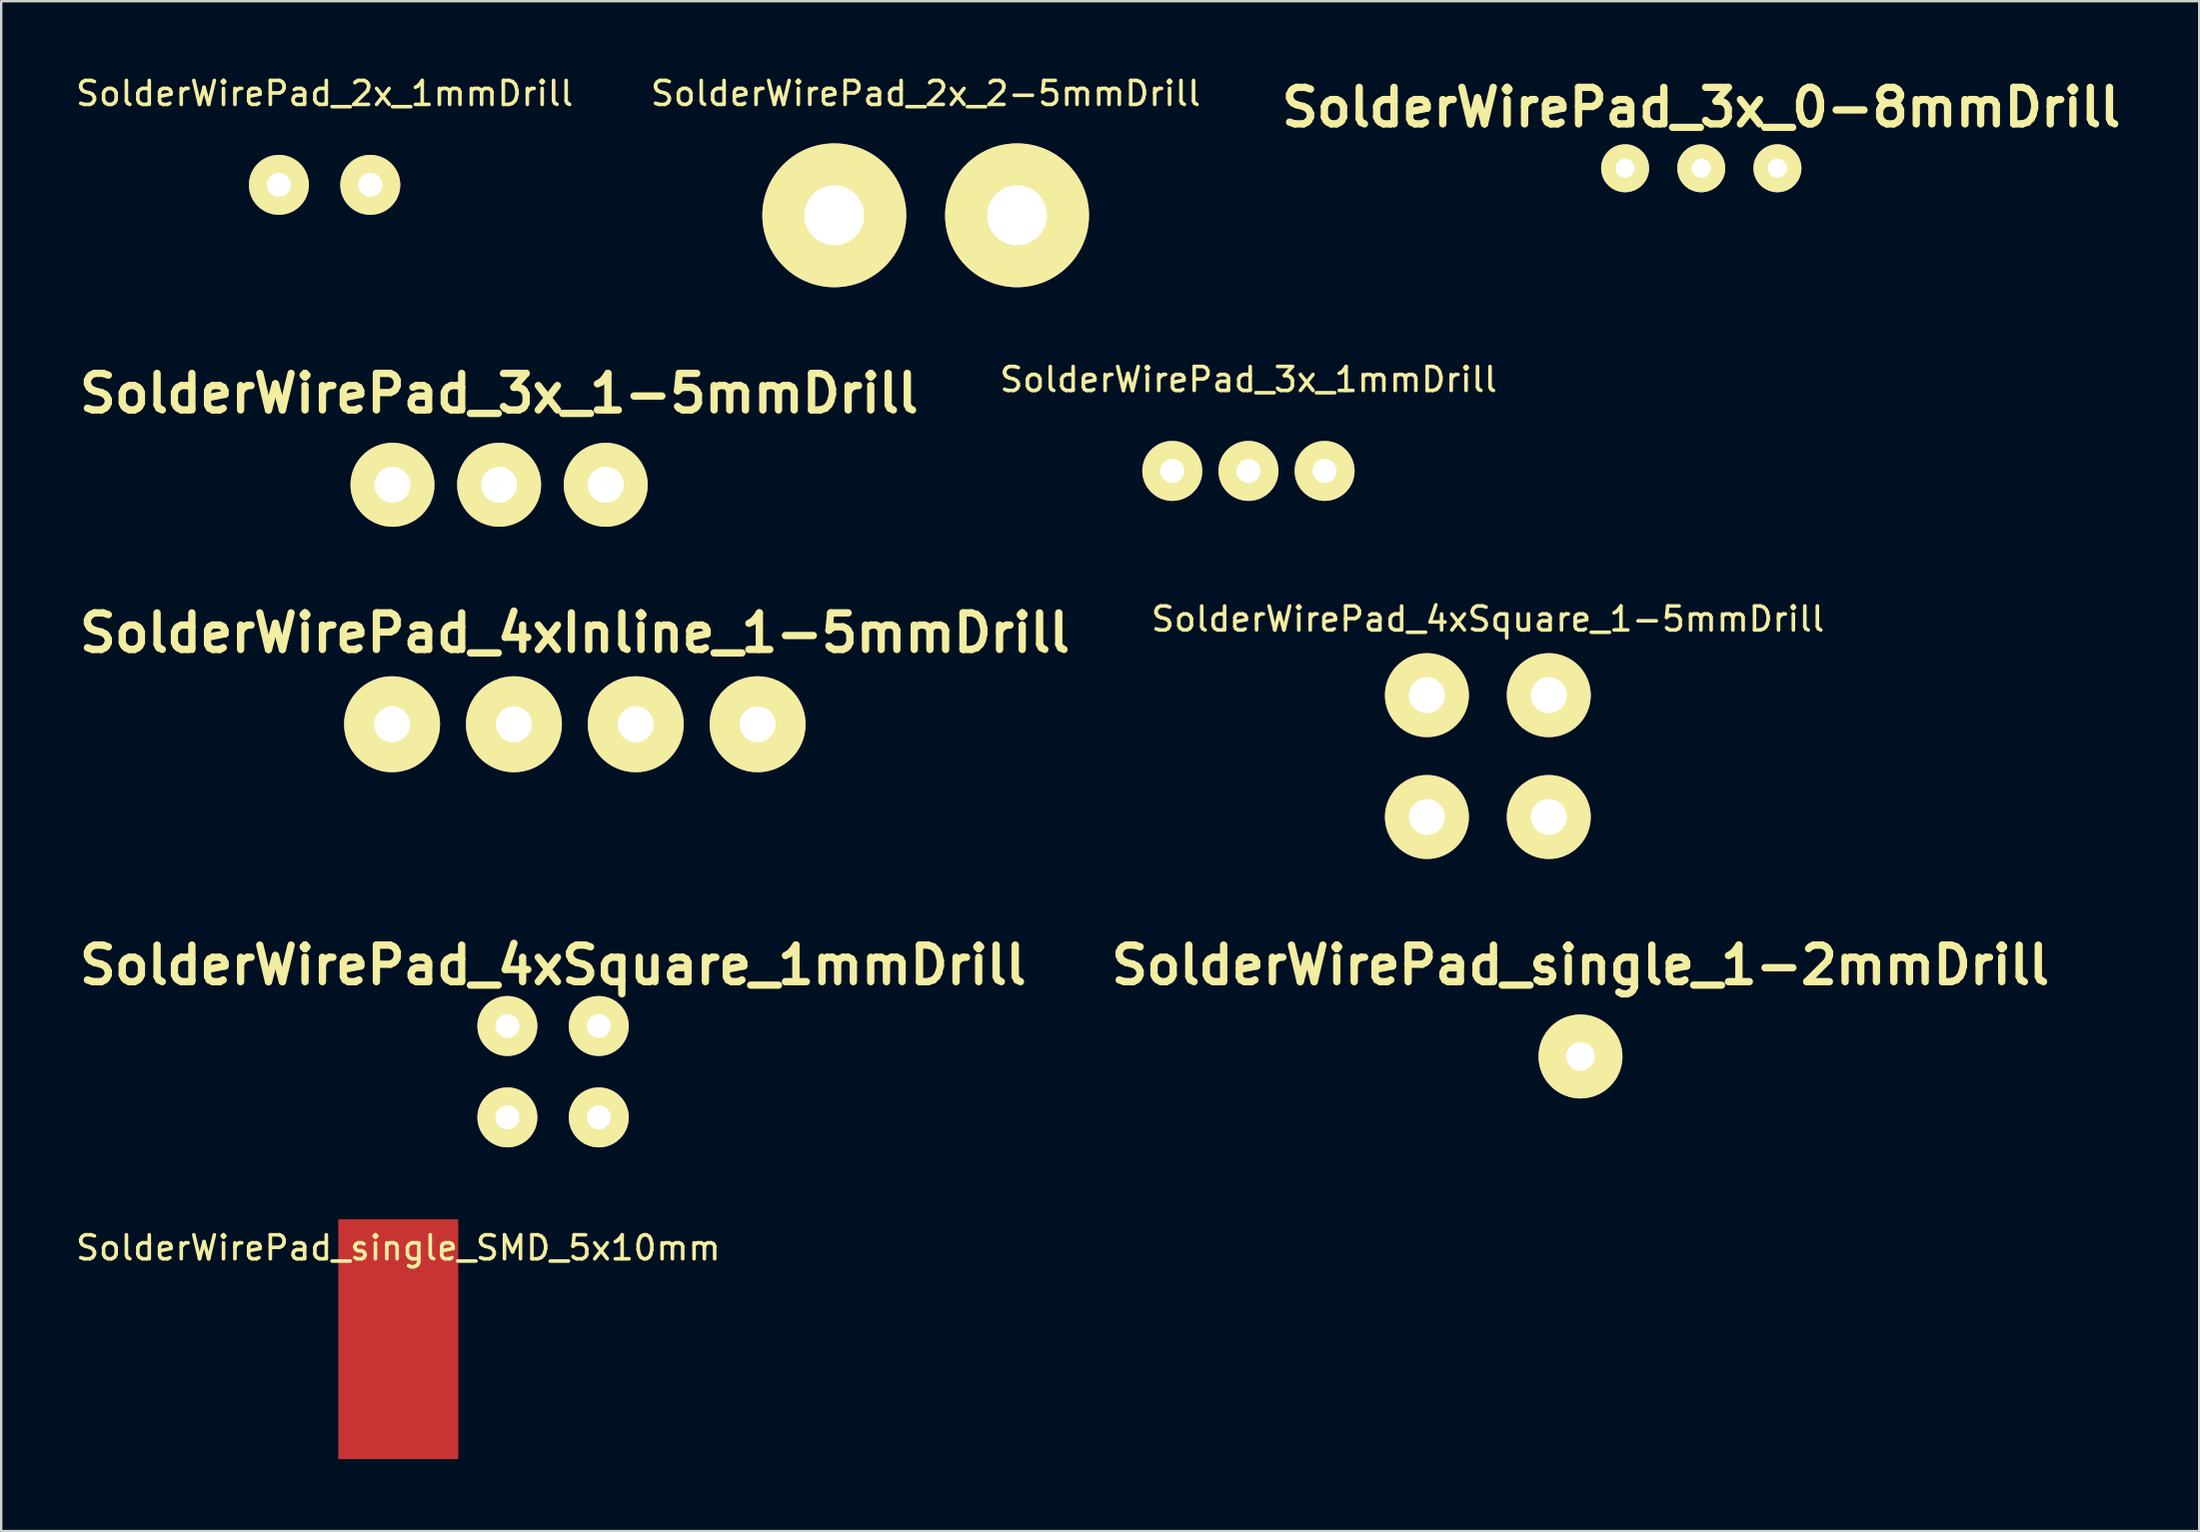
<source format=kicad_pcb>
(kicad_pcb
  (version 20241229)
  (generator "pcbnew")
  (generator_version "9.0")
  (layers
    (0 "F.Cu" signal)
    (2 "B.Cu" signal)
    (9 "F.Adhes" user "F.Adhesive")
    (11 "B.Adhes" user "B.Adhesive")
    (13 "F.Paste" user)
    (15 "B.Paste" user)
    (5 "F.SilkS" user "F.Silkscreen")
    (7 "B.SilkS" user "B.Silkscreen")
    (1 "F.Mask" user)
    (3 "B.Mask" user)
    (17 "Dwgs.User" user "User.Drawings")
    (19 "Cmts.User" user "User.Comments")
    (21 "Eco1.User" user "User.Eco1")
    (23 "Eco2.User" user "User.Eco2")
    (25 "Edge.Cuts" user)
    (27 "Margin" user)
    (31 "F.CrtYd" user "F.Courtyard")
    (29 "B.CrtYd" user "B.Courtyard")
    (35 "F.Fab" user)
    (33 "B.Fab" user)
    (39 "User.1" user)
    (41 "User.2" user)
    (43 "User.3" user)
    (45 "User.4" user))
  (footprint "SolderWirePad_single_1-2mmDrill"
    (layer "F.Cu")
    (at 62.842 41.004)
    (property "Reference" "SolderWirePad_single_1-2mmDrill" (at 0 -3.81 0) (layer "F.SilkS") (effects (font (size 1.524 1.524) (thickness 0.305))))
    (attr through_hole)
    (pad "1" thru_hole circle (at 0 0) (size 3.5 3.5) (drill 1.199) (layers "*.Cu" "*.Mask" "F.SilkS")))
  (footprint "SolderWirePad_4xSquare_1-5mmDrill"
    (layer "F.Cu")
    (at 58.979 28.478)
    (property "Reference" "SolderWirePad_4xSquare_1-5mmDrill" (at 0 -5.715 0) (layer "F.SilkS") (effects (font (size 1 1) (thickness 0.15))))
    (attr through_hole)
    (pad "1" thru_hole circle (at -2.54 -2.54) (size 3.5 3.5) (drill 1.501) (layers "*.Cu" "*.Mask" "F.SilkS"))
    (pad "1" thru_hole circle (at -2.54 2.54) (size 3.5 3.5) (drill 1.501) (layers "*.Cu" "*.Mask" "F.SilkS"))
    (pad "1" thru_hole circle (at 2.54 -2.54) (size 3.5 3.5) (drill 1.501) (layers "*.Cu" "*.Mask" "F.SilkS"))
    (pad "1" thru_hole circle (at 2.54 2.54) (size 3.5 3.5) (drill 1.501) (layers "*.Cu" "*.Mask" "F.SilkS")))
  (footprint "SolderWirePad_3x_1mmDrill"
    (layer "F.Cu")
    (at 48.999 16.586)
    (property "Reference" "SolderWirePad_3x_1mmDrill" (at 0 -3.81 0) (layer "F.SilkS") (effects (font (size 1 1) (thickness 0.15))))
    (attr through_hole)
    (pad "1" thru_hole circle (at -3.175 0) (size 2.499 2.499) (drill 1.001) (layers "*.Cu" "*.Mask" "F.SilkS"))
    (pad "1" thru_hole circle (at 0 0) (size 2.499 2.499) (drill 1.001) (layers "*.Cu" "*.Mask" "F.SilkS"))
    (pad "1" thru_hole circle (at 3.175 0) (size 2.499 2.499) (drill 1.001) (layers "*.Cu" "*.Mask" "F.SilkS")))
  (footprint "SolderWirePad_single_SMD_5x10mm"
    (layer "F.Cu")
    (at 13.554 52.794)
    (property "Reference" "SolderWirePad_single_SMD_5x10mm" (at 0 -3.81 0) (layer "F.SilkS") (effects (font (size 1 1) (thickness 0.15))))
    (attr through_hole)
    (pad "1" smd rect (at 0 0) (size 5 10) (layers "F.Cu" "F.Mask" "F.Paste")))
  (footprint "SolderWirePad_4xInline_1-5mmDrill"
    (layer "F.Cu")
    (at 20.915 27.151)
    (property "Reference" "SolderWirePad_4xInline_1-5mmDrill" (at 0 -3.81 0) (layer "F.SilkS") (effects (font (size 1.524 1.524) (thickness 0.305))))
    (attr through_hole)
    (pad "1" thru_hole circle (at -7.62 0) (size 4 4) (drill 1.501) (layers "*.Cu" "*.Mask" "F.SilkS"))
    (pad "1" thru_hole circle (at -2.54 0) (size 4 4) (drill 1.501) (layers "*.Cu" "*.Mask" "F.SilkS"))
    (pad "1" thru_hole circle (at 2.54 0) (size 4 4) (drill 1.501) (layers "*.Cu" "*.Mask" "F.SilkS"))
    (pad "1" thru_hole circle (at 7.62 0) (size 4 4) (drill 1.501) (layers "*.Cu" "*.Mask" "F.SilkS")))
  (footprint "SolderWirePad_2x_2-5mmDrill"
    (layer "F.Cu")
    (at 35.542 5.928)
    (property "Reference" "SolderWirePad_2x_2-5mmDrill" (at 0 -5.08 0) (layer "F.SilkS") (effects (font (size 1 1) (thickness 0.15))))
    (attr through_hole)
    (pad "1" thru_hole circle (at -3.81 0) (size 5.999 5.999) (drill 2.499) (layers "*.Cu" "*.Mask" "F.SilkS"))
    (pad "1" thru_hole circle (at 3.81 0) (size 5.999 5.999) (drill 2.499) (layers "*.Cu" "*.Mask" "F.SilkS")))
  (footprint "SolderWirePad_2x_1mmDrill"
    (layer "F.Cu")
    (at 10.482 4.658)
    (property "Reference" "SolderWirePad_2x_1mmDrill" (at 0 -3.81 0) (layer "F.SilkS") (effects (font (size 1 1) (thickness 0.15))))
    (attr through_hole)
    (pad "1" thru_hole circle (at -1.905 0) (size 2.499 2.499) (drill 1.001) (layers "*.Cu" "*.Mask" "F.SilkS"))
    (pad "1" thru_hole circle (at 1.905 0) (size 2.499 2.499) (drill 1.001) (layers "*.Cu" "*.Mask" "F.SilkS")))
  (footprint "SolderWirePad_3x_0-8mmDrill"
    (layer "F.Cu")
    (at 67.877 3.966)
    (property "Reference" "SolderWirePad_3x_0-8mmDrill" (at 0 -2.54 0) (layer "F.SilkS") (effects (font (size 1.524 1.524) (thickness 0.305))))
    (attr through_hole)
    (pad "1" thru_hole circle (at -3.175 0) (size 1.999 1.999) (drill 0.8) (layers "*.Cu" "*.Mask" "F.SilkS"))
    (pad "1" thru_hole circle (at 0 0) (size 1.999 1.999) (drill 0.8) (layers "*.Cu" "*.Mask" "F.SilkS"))
    (pad "1" thru_hole circle (at 3.175 0) (size 1.999 1.999) (drill 0.8) (layers "*.Cu" "*.Mask" "F.SilkS")))
  (footprint "SolderWirePad_3x_1-5mmDrill"
    (layer "F.Cu")
    (at 17.758 17.164)
    (property "Reference" "SolderWirePad_3x_1-5mmDrill" (at 0 -3.81 0) (layer "F.SilkS") (effects (font (size 1.524 1.524) (thickness 0.305))))
    (attr through_hole)
    (pad "1" thru_hole circle (at -4.445 0) (size 3.5 3.5) (drill 1.501) (layers "*.Cu" "*.Mask" "F.SilkS"))
    (pad "1" thru_hole circle (at 0 0) (size 3.5 3.5) (drill 1.501) (layers "*.Cu" "*.Mask" "F.SilkS"))
    (pad "1" thru_hole circle (at 4.445 0) (size 3.5 3.5) (drill 1.501) (layers "*.Cu" "*.Mask" "F.SilkS")))
  (footprint "SolderWirePad_4xSquare_1mmDrill"
    (layer "F.Cu")
    (at 20.008 41.639)
    (property "Reference" "SolderWirePad_4xSquare_1mmDrill" (at 0 -4.445 0) (layer "F.SilkS") (effects (font (size 1.524 1.524) (thickness 0.305))))
    (attr through_hole)
    (pad "1" thru_hole circle (at -1.905 -1.905) (size 2.499 2.499) (drill 1.001) (layers "*.Cu" "*.Mask" "F.SilkS"))
    (pad "1" thru_hole circle (at -1.905 1.905) (size 2.499 2.499) (drill 1.001) (layers "*.Cu" "*.Mask" "F.SilkS"))
    (pad "1" thru_hole circle (at 1.905 -1.905) (size 2.499 2.499) (drill 1.001) (layers "*.Cu" "*.Mask" "F.SilkS"))
    (pad "1" thru_hole circle (at 1.905 1.905) (size 2.499 2.499) (drill 1.001) (layers "*.Cu" "*.Mask" "F.SilkS")))
  (gr_rect
    (start -3 -3)
    (end 88.636 60.794)
    (stroke (width 0.1) (type default))
    (fill no)
    (layer "Edge.Cuts")))
</source>
